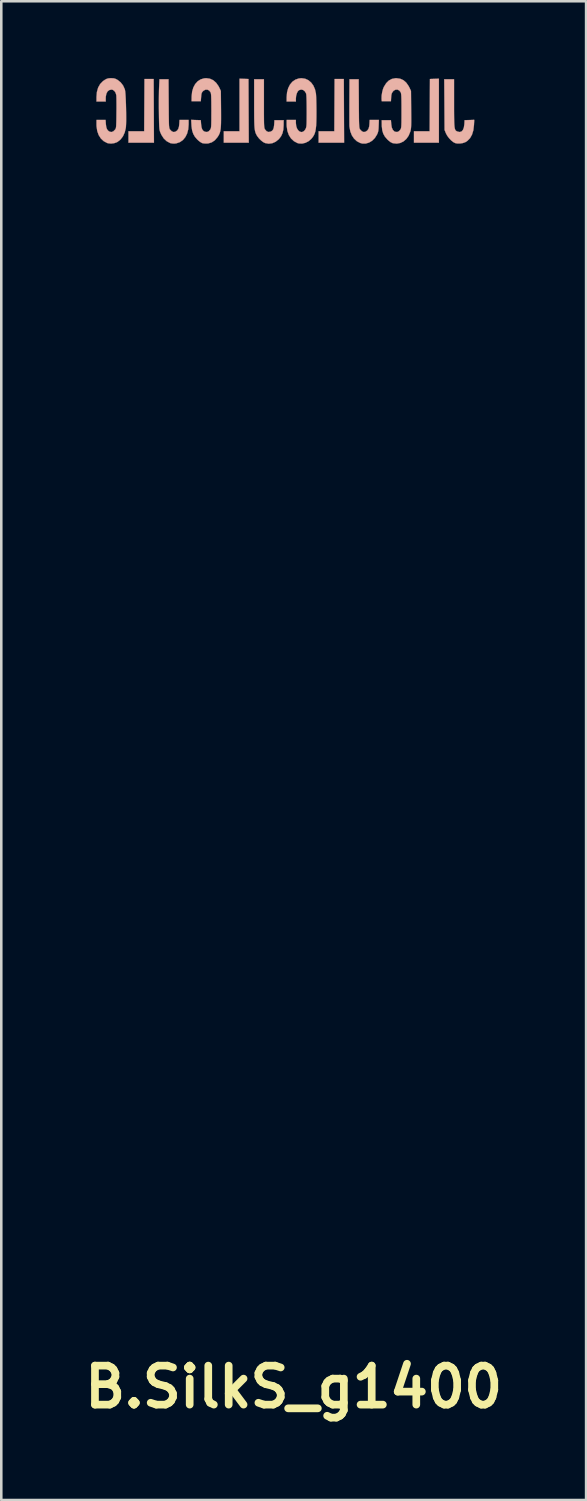
<source format=kicad_pcb>
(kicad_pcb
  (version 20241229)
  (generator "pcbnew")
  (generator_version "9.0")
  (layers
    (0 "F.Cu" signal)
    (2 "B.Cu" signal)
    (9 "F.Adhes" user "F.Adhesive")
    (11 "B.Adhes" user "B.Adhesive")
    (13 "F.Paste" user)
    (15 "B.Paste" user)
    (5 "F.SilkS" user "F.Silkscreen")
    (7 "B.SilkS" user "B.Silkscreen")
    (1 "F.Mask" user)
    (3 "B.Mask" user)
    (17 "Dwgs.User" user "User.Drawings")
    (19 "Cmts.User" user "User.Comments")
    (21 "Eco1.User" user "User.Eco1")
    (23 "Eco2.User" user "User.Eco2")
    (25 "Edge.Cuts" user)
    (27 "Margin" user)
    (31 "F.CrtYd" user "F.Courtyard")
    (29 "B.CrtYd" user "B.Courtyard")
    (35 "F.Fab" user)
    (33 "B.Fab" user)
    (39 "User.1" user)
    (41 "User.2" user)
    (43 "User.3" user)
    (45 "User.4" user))
  (footprint "B.SilkS_g1400"
    (layer "F.Cu")
    (at 8.426 51.144)
    (property "Reference" "B.SilkS_g1400" (at 0 0 0) (layer "F.SilkS") (effects (font (size 1.524 1.524) (thickness 0.3))))
    (attr through_hole)
    (fp_poly (pts (xy -5.461 -48.62) (xy -6.456 -48.62) (xy -6.456 -49.064) (xy -5.842 -49.064) (xy -5.831 -51.107) (xy -5.472 -51.107) (xy -5.461 -48.62)) (stroke (width 0.01) (type solid)) (fill yes) (layer "B.SilkS"))
    (fp_poly (pts (xy 1.969 -48.62) (xy 0.974 -48.62) (xy 0.974 -49.064) (xy 1.587 -49.064) (xy 1.598 -51.107) (xy 1.958 -51.107) (xy 1.969 -48.62)) (stroke (width 0.01) (type solid)) (fill yes) (layer "B.SilkS"))
    (fp_poly (pts (xy 5.673 -48.62) (xy 4.699 -48.62) (xy 4.699 -49.064) (xy 5.312 -49.064) (xy 5.323 -51.107) (xy 5.498 -51.113) (xy 5.673 -51.119) (xy 5.673 -48.62)) (stroke (width 0.01) (type solid)) (fill yes) (layer "B.SilkS"))
    (fp_poly (pts (xy -1.942 -51.113) (xy -1.767 -51.107) (xy -1.762 -49.863) (xy -1.756 -48.62) (xy -2.731 -48.62) (xy -2.731 -49.064) (xy -2.117 -49.064) (xy -2.117 -51.119) (xy -1.942 -51.113)) (stroke (width 0.01) (type solid)) (fill yes) (layer "B.SilkS"))
    (fp_poly (pts (xy 6.265 -50.163) (xy 6.265 -49.925) (xy 6.266 -49.725) (xy 6.268 -49.561) (xy 6.271 -49.428) (xy 6.276 -49.322) (xy 6.283 -49.241) (xy 6.293 -49.18) (xy 6.306 -49.136) (xy 6.323 -49.105) (xy 6.344 -49.083) (xy 6.369 -49.067) (xy 6.399 -49.054) (xy 6.484 -49.035) (xy 6.555 -49.055) (xy 6.61 -49.113) (xy 6.648 -49.206) (xy 6.667 -49.334) (xy 6.668 -49.336) (xy 6.678 -49.498) (xy 6.866 -49.504) (xy 7.054 -49.511) (xy 7.043 -49.303) (xy 7.019 -49.104) (xy 6.967 -48.934) (xy 6.889 -48.795) (xy 6.785 -48.689) (xy 6.704 -48.638) (xy 6.607 -48.604) (xy 6.493 -48.587) (xy 6.381 -48.589) (xy 6.308 -48.604) (xy 6.232 -48.644) (xy 6.148 -48.713) (xy 6.066 -48.801) (xy 5.996 -48.896) (xy 5.946 -48.99) (xy 5.946 -48.99) (xy 5.895 -49.117) (xy 5.889 -50.107) (xy 5.882 -51.096) (xy 6.265 -51.096) (xy 6.265 -50.163)) (stroke (width 0.01) (type solid)) (fill yes) (layer "B.SilkS"))
    (fp_poly (pts (xy 2.545 -50.145) (xy 2.546 -49.92) (xy 2.548 -49.733) (xy 2.549 -49.58) (xy 2.551 -49.459) (xy 2.554 -49.364) (xy 2.557 -49.291) (xy 2.561 -49.238) (xy 2.567 -49.201) (xy 2.573 -49.174) (xy 2.582 -49.155) (xy 2.591 -49.139) (xy 2.595 -49.135) (xy 2.663 -49.065) (xy 2.734 -49.035) (xy 2.804 -49.045) (xy 2.808 -49.047) (xy 2.878 -49.096) (xy 2.925 -49.165) (xy 2.951 -49.261) (xy 2.96 -49.351) (xy 2.968 -49.509) (xy 3.328 -49.509) (xy 3.32 -49.281) (xy 3.315 -49.172) (xy 3.307 -49.093) (xy 3.293 -49.03) (xy 3.271 -48.972) (xy 3.253 -48.933) (xy 3.169 -48.8) (xy 3.065 -48.696) (xy 2.945 -48.624) (xy 2.817 -48.586) (xy 2.684 -48.586) (xy 2.598 -48.608) (xy 2.468 -48.676) (xy 2.358 -48.778) (xy 2.271 -48.909) (xy 2.211 -49.064) (xy 2.18 -49.237) (xy 2.177 -49.276) (xy 2.176 -49.323) (xy 2.176 -49.407) (xy 2.175 -49.522) (xy 2.175 -49.664) (xy 2.175 -49.827) (xy 2.175 -50.005) (xy 2.176 -50.194) (xy 2.176 -50.244) (xy 2.18 -51.096) (xy 2.539 -51.096) (xy 2.545 -50.145)) (stroke (width 0.01) (type solid)) (fill yes) (layer "B.SilkS"))
    (fp_poly (pts (xy -1.164 -50.152) (xy -1.164 -49.927) (xy -1.164 -49.74) (xy -1.163 -49.588) (xy -1.162 -49.466) (xy -1.16 -49.371) (xy -1.157 -49.299) (xy -1.153 -49.245) (xy -1.147 -49.206) (xy -1.141 -49.179) (xy -1.133 -49.158) (xy -1.123 -49.14) (xy -1.122 -49.139) (xy -1.061 -49.068) (xy -0.992 -49.037) (xy -0.912 -49.047) (xy -0.9 -49.052) (xy -0.843 -49.085) (xy -0.804 -49.133) (xy -0.779 -49.203) (xy -0.765 -49.306) (xy -0.762 -49.34) (xy -0.751 -49.498) (xy -0.392 -49.498) (xy -0.395 -49.297) (xy -0.406 -49.129) (xy -0.438 -48.99) (xy -0.493 -48.872) (xy -0.575 -48.765) (xy -0.589 -48.75) (xy -0.708 -48.655) (xy -0.838 -48.598) (xy -0.976 -48.58) (xy -1.116 -48.604) (xy -1.117 -48.604) (xy -1.192 -48.642) (xy -1.276 -48.707) (xy -1.356 -48.786) (xy -1.421 -48.871) (xy -1.431 -48.886) (xy -1.457 -48.932) (xy -1.478 -48.975) (xy -1.496 -49.022) (xy -1.51 -49.075) (xy -1.521 -49.138) (xy -1.53 -49.217) (xy -1.536 -49.314) (xy -1.54 -49.435) (xy -1.543 -49.582) (xy -1.544 -49.761) (xy -1.545 -49.975) (xy -1.545 -50.149) (xy -1.545 -51.096) (xy -1.164 -51.096) (xy -1.164 -50.152)) (stroke (width 0.01) (type solid)) (fill yes) (layer "B.SilkS"))
    (fp_poly (pts (xy -4.885 -50.145) (xy -4.883 -49.92) (xy -4.882 -49.733) (xy -4.88 -49.58) (xy -4.878 -49.459) (xy -4.876 -49.364) (xy -4.873 -49.291) (xy -4.868 -49.238) (xy -4.863 -49.201) (xy -4.856 -49.174) (xy -4.848 -49.155) (xy -4.838 -49.139) (xy -4.835 -49.135) (xy -4.767 -49.065) (xy -4.696 -49.035) (xy -4.625 -49.045) (xy -4.622 -49.047) (xy -4.554 -49.094) (xy -4.509 -49.159) (xy -4.482 -49.252) (xy -4.471 -49.349) (xy -4.461 -49.509) (xy -4.106 -49.509) (xy -4.106 -49.331) (xy -4.121 -49.143) (xy -4.165 -48.976) (xy -4.236 -48.835) (xy -4.33 -48.722) (xy -4.447 -48.641) (xy -4.583 -48.594) (xy -4.643 -48.586) (xy -4.732 -48.587) (xy -4.812 -48.6) (xy -4.828 -48.605) (xy -4.963 -48.677) (xy -5.076 -48.783) (xy -5.168 -48.924) (xy -5.21 -49.019) (xy -5.224 -49.055) (xy -5.234 -49.091) (xy -5.243 -49.133) (xy -5.249 -49.186) (xy -5.254 -49.255) (xy -5.258 -49.345) (xy -5.261 -49.462) (xy -5.264 -49.611) (xy -5.266 -49.795) (xy -5.268 -49.977) (xy -5.268 -50.163) (xy -5.268 -50.344) (xy -5.266 -50.51) (xy -5.264 -50.653) (xy -5.26 -50.764) (xy -5.26 -50.774) (xy -5.245 -51.096) (xy -4.891 -51.096) (xy -4.885 -50.145)) (stroke (width 0.01) (type solid)) (fill yes) (layer "B.SilkS"))
    (fp_poly (pts (xy 0.446 -51.118) (xy 0.572 -51.061) (xy 0.68 -50.97) (xy 0.768 -50.85) (xy 0.832 -50.702) (xy 0.868 -50.54) (xy 0.873 -50.477) (xy 0.878 -50.379) (xy 0.882 -50.254) (xy 0.885 -50.109) (xy 0.887 -49.954) (xy 0.888 -49.826) (xy 0.887 -49.609) (xy 0.883 -49.429) (xy 0.876 -49.28) (xy 0.863 -49.159) (xy 0.845 -49.06) (xy 0.82 -48.977) (xy 0.787 -48.906) (xy 0.746 -48.842) (xy 0.695 -48.778) (xy 0.683 -48.765) (xy 0.577 -48.674) (xy 0.454 -48.613) (xy 0.325 -48.584) (xy 0.199 -48.59) (xy 0.143 -48.606) (xy 0.007 -48.679) (xy -0.105 -48.784) (xy -0.19 -48.918) (xy -0.247 -49.079) (xy -0.273 -49.264) (xy -0.275 -49.333) (xy -0.275 -49.509) (xy 0.085 -49.509) (xy 0.085 -49.386) (xy 0.097 -49.27) (xy 0.129 -49.174) (xy 0.177 -49.1) (xy 0.235 -49.052) (xy 0.299 -49.033) (xy 0.363 -49.046) (xy 0.423 -49.093) (xy 0.465 -49.157) (xy 0.477 -49.186) (xy 0.487 -49.216) (xy 0.495 -49.254) (xy 0.5 -49.304) (xy 0.504 -49.371) (xy 0.506 -49.462) (xy 0.507 -49.581) (xy 0.508 -49.733) (xy 0.508 -49.863) (xy 0.507 -50.059) (xy 0.505 -50.225) (xy 0.501 -50.36) (xy 0.496 -50.46) (xy 0.489 -50.522) (xy 0.485 -50.539) (xy 0.436 -50.625) (xy 0.37 -50.678) (xy 0.292 -50.695) (xy 0.21 -50.672) (xy 0.208 -50.671) (xy 0.161 -50.626) (xy 0.122 -50.549) (xy 0.095 -50.454) (xy 0.085 -50.35) (xy 0.085 -50.35) (xy 0.085 -50.228) (xy -0.275 -50.228) (xy -0.275 -50.396) (xy -0.26 -50.583) (xy -0.216 -50.748) (xy -0.146 -50.888) (xy -0.052 -51) (xy 0.064 -51.081) (xy 0.199 -51.128) (xy 0.307 -51.138) (xy 0.446 -51.118)) (stroke (width 0.01) (type solid)) (fill yes) (layer "B.SilkS"))
    (fp_poly (pts (xy 4.159 -51.118) (xy 4.288 -51.06) (xy 4.399 -50.963) (xy 4.493 -50.827) (xy 4.523 -50.768) (xy 4.583 -50.641) (xy 4.589 -49.914) (xy 4.591 -49.717) (xy 4.592 -49.558) (xy 4.592 -49.431) (xy 4.59 -49.331) (xy 4.587 -49.254) (xy 4.583 -49.193) (xy 4.577 -49.144) (xy 4.569 -49.102) (xy 4.558 -49.062) (xy 4.552 -49.042) (xy 4.488 -48.888) (xy 4.399 -48.763) (xy 4.289 -48.668) (xy 4.164 -48.608) (xy 4.027 -48.583) (xy 3.883 -48.598) (xy 3.863 -48.603) (xy 3.781 -48.643) (xy 3.686 -48.72) (xy 3.66 -48.745) (xy 3.564 -48.856) (xy 3.499 -48.973) (xy 3.46 -49.105) (xy 3.443 -49.263) (xy 3.442 -49.308) (xy 3.44 -49.498) (xy 3.799 -49.498) (xy 3.81 -49.35) (xy 3.831 -49.216) (xy 3.873 -49.119) (xy 3.934 -49.058) (xy 3.963 -49.045) (xy 4.043 -49.036) (xy 4.115 -49.068) (xy 4.17 -49.133) (xy 4.182 -49.154) (xy 4.191 -49.179) (xy 4.198 -49.211) (xy 4.204 -49.257) (xy 4.207 -49.32) (xy 4.21 -49.405) (xy 4.211 -49.518) (xy 4.212 -49.664) (xy 4.212 -49.846) (xy 4.212 -49.864) (xy 4.212 -50.056) (xy 4.211 -50.21) (xy 4.209 -50.331) (xy 4.206 -50.423) (xy 4.201 -50.49) (xy 4.195 -50.538) (xy 4.187 -50.571) (xy 4.18 -50.589) (xy 4.125 -50.658) (xy 4.056 -50.692) (xy 3.981 -50.691) (xy 3.91 -50.653) (xy 3.886 -50.629) (xy 3.85 -50.58) (xy 3.827 -50.531) (xy 3.814 -50.469) (xy 3.806 -50.38) (xy 3.805 -50.355) (xy 3.799 -50.239) (xy 3.44 -50.239) (xy 3.433 -50.333) (xy 3.436 -50.456) (xy 3.457 -50.593) (xy 3.492 -50.723) (xy 3.525 -50.802) (xy 3.614 -50.944) (xy 3.716 -51.046) (xy 3.835 -51.11) (xy 3.971 -51.137) (xy 4.012 -51.138) (xy 4.159 -51.118)) (stroke (width 0.01) (type solid)) (fill yes) (layer "B.SilkS"))
    (fp_poly (pts (xy -7.047 -51.135) (xy -6.982 -51.121) (xy -6.916 -51.091) (xy -6.88 -51.07) (xy -6.761 -50.975) (xy -6.666 -50.851) (xy -6.601 -50.708) (xy -6.595 -50.686) (xy -6.585 -50.629) (xy -6.576 -50.537) (xy -6.568 -50.416) (xy -6.561 -50.273) (xy -6.555 -50.115) (xy -6.551 -49.95) (xy -6.548 -49.784) (xy -6.547 -49.624) (xy -6.547 -49.477) (xy -6.55 -49.35) (xy -6.555 -49.25) (xy -6.561 -49.194) (xy -6.603 -49.019) (xy -6.672 -48.868) (xy -6.767 -48.743) (xy -6.883 -48.651) (xy -6.908 -48.637) (xy -7.017 -48.599) (xy -7.137 -48.585) (xy -7.252 -48.596) (xy -7.291 -48.608) (xy -7.426 -48.68) (xy -7.536 -48.784) (xy -7.621 -48.918) (xy -7.677 -49.077) (xy -7.703 -49.258) (xy -7.705 -49.319) (xy -7.705 -49.509) (xy -7.35 -49.509) (xy -7.34 -49.349) (xy -7.325 -49.229) (xy -7.294 -49.143) (xy -7.245 -49.082) (xy -7.189 -49.047) (xy -7.119 -49.035) (xy -7.048 -49.062) (xy -6.98 -49.13) (xy -6.976 -49.135) (xy -6.963 -49.154) (xy -6.953 -49.177) (xy -6.945 -49.208) (xy -6.939 -49.252) (xy -6.935 -49.315) (xy -6.932 -49.401) (xy -6.929 -49.516) (xy -6.927 -49.665) (xy -6.926 -49.791) (xy -6.924 -49.95) (xy -6.924 -50.1) (xy -6.925 -50.234) (xy -6.926 -50.346) (xy -6.929 -50.428) (xy -6.932 -50.475) (xy -6.932 -50.477) (xy -6.96 -50.57) (xy -7.009 -50.642) (xy -7.073 -50.685) (xy -7.12 -50.694) (xy -7.206 -50.675) (xy -7.274 -50.621) (xy -7.32 -50.533) (xy -7.343 -50.416) (xy -7.345 -50.358) (xy -7.345 -50.228) (xy -7.705 -50.228) (xy -7.705 -50.405) (xy -7.689 -50.601) (xy -7.641 -50.771) (xy -7.562 -50.912) (xy -7.451 -51.025) (xy -7.386 -51.07) (xy -7.314 -51.11) (xy -7.251 -51.13) (xy -7.177 -51.138) (xy -7.133 -51.139) (xy -7.047 -51.135)) (stroke (width 0.01) (type solid)) (fill yes) (layer "B.SilkS"))
    (fp_poly (pts (xy -3.275 -51.119) (xy -3.146 -51.06) (xy -3.033 -50.962) (xy -2.937 -50.827) (xy -2.903 -50.76) (xy -2.847 -50.641) (xy -2.84 -49.927) (xy -2.839 -49.708) (xy -2.839 -49.526) (xy -2.841 -49.377) (xy -2.846 -49.256) (xy -2.855 -49.157) (xy -2.868 -49.077) (xy -2.886 -49.01) (xy -2.909 -48.952) (xy -2.937 -48.898) (xy -2.973 -48.842) (xy -2.98 -48.832) (xy -3.082 -48.713) (xy -3.2 -48.633) (xy -3.333 -48.592) (xy -3.379 -48.587) (xy -3.462 -48.587) (xy -3.541 -48.595) (xy -3.577 -48.604) (xy -3.628 -48.631) (xy -3.695 -48.679) (xy -3.763 -48.739) (xy -3.77 -48.746) (xy -3.861 -48.852) (xy -3.925 -48.965) (xy -3.968 -49.095) (xy -3.991 -49.252) (xy -3.995 -49.314) (xy -4.006 -49.511) (xy -3.818 -49.504) (xy -3.63 -49.498) (xy -3.619 -49.34) (xy -3.602 -49.218) (xy -3.572 -49.132) (xy -3.524 -49.075) (xy -3.469 -49.046) (xy -3.387 -49.036) (xy -3.316 -49.067) (xy -3.26 -49.133) (xy -3.248 -49.154) (xy -3.239 -49.179) (xy -3.231 -49.211) (xy -3.226 -49.257) (xy -3.222 -49.32) (xy -3.22 -49.405) (xy -3.218 -49.518) (xy -3.218 -49.664) (xy -3.217 -49.846) (xy -3.217 -49.864) (xy -3.218 -50.056) (xy -3.219 -50.21) (xy -3.221 -50.331) (xy -3.224 -50.423) (xy -3.228 -50.49) (xy -3.234 -50.538) (xy -3.242 -50.571) (xy -3.249 -50.589) (xy -3.305 -50.659) (xy -3.376 -50.692) (xy -3.454 -50.689) (xy -3.529 -50.646) (xy -3.546 -50.63) (xy -3.578 -50.592) (xy -3.598 -50.55) (xy -3.61 -50.493) (xy -3.618 -50.407) (xy -3.618 -50.403) (xy -3.63 -50.239) (xy -3.99 -50.239) (xy -3.987 -50.43) (xy -3.969 -50.613) (xy -3.922 -50.773) (xy -3.849 -50.909) (xy -3.753 -51.016) (xy -3.637 -51.092) (xy -3.502 -51.132) (xy -3.418 -51.139) (xy -3.275 -51.119)) (stroke (width 0.01) (type solid)) (fill yes) (layer "B.SilkS")))
  (gr_rect
    (start -3 -3)
    (end 19.851 55.562)
    (stroke (width 0.1) (type default))
    (fill no)
    (layer "Edge.Cuts")))
</source>
